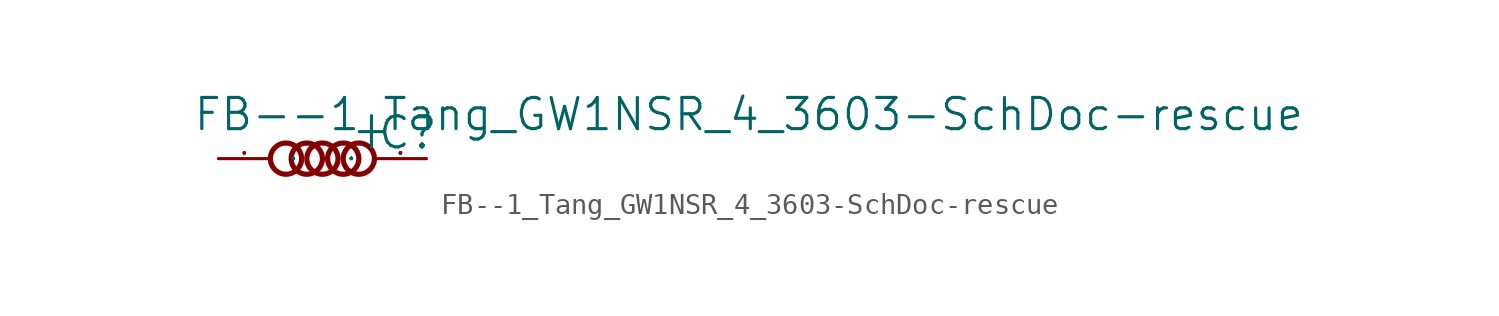
<source format=kicad_sym>
(kicad_symbol_lib
  (version 20210619)
  (generator kicad_symbol_editor)
  (symbol "FB--1_Tang_GW1NSR_4_3603-SchDoc-rescue"
    (pin_names
      (offset 1.016))
    (property "Reference" "IC"
      (at 6.35 -1.27 0)
      (effects (font (size 1.524 1.524))))
    (property "Value" "FB--1_Tang_GW1NSR_4_3603-SchDoc-rescue"
      (at -3.81 -1.27 0)
      (effects (font (size 1.524 1.524)) (justify left bottom)))
    (property "Footprint" ""
      (at 0 0 0)
      (effects (font (size 1.524 1.524))))
    (property "Datasheet" ""
      (at 0 0 0)
      (effects (font (size 1.524 1.524))))
    (symbol "FB--1_Tang_GW1NSR_4_3603-SchDoc-rescue_0_1"
      (circle (center 0.762 -2.54) (radius 0.762) (stroke (width 0.254)) (fill (type none)))
      (circle (center 1.778 -2.54) (radius 0.762) (stroke (width 0.254)) (fill (type none)))
      (circle (center 2.54 -2.54) (radius 0.762) (stroke (width 0.254)) (fill (type none)))
      (circle (center 3.556 -2.54) (radius 0.762) (stroke (width 0.254)) (fill (type none)))
      (circle (center 4.318 -2.54) (radius 0.762) (stroke (width 0.254)) (fill (type none)))
      (pin passive line (at -2.54 -2.54 0) (length 2.54) (name "1" (effects (font (size 0.025 0.025)))) (number "1" (effects (font (size 0.025 0.025)))))
      (pin passive line (at 7.62 -2.54 180) (length 2.54) (name "2" (effects (font (size 0.025 0.025)))) (number "2" (effects (font (size 0.025 0.025))))))))
</source>
